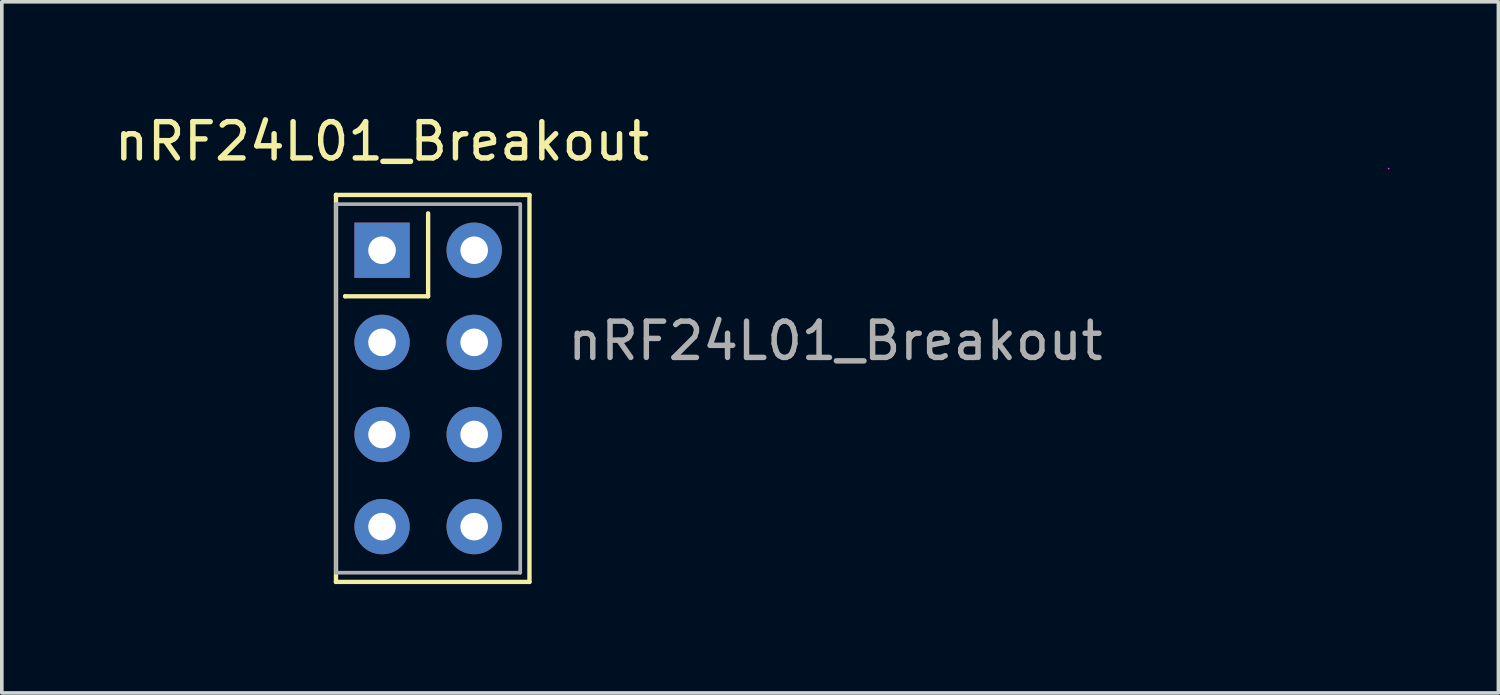
<source format=kicad_pcb>
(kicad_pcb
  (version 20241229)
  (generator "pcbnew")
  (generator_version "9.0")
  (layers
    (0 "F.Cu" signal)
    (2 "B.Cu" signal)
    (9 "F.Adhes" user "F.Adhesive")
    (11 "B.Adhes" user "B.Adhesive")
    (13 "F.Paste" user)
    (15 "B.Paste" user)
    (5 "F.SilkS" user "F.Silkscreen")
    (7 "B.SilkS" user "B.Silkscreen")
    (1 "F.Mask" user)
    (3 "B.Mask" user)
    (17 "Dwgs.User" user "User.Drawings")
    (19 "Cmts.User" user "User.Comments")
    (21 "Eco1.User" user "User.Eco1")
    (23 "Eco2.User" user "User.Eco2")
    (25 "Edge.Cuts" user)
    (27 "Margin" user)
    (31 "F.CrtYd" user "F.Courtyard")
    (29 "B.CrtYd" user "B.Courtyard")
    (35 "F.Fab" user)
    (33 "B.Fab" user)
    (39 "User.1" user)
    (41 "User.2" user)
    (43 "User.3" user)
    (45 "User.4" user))
  (footprint "nRF24L01_Breakout"
    (layer "F.Cu")
    (at 7.482 3.848)
    (property "Reference" "nRF24L01_Breakout" (at 0 -3 0) (layer "F.SilkS") (effects (font (size 1 1) (thickness 0.15))))
    (attr through_hole)
    (fp_line (start -1.27 -1.524) (end -1.27 -1.524) (stroke (width 0.12) (type solid)) (layer "F.SilkS"))
    (fp_line (start -1.27 -1.524) (end 4.064 -1.524) (stroke (width 0.12) (type solid)) (layer "F.SilkS"))
    (fp_line (start -1.27 9.144) (end -1.27 -1.524) (stroke (width 0.12) (type solid)) (layer "F.SilkS"))
    (fp_line (start -1.27 9.144) (end -1.27 9.144) (stroke (width 0.12) (type solid)) (layer "F.SilkS"))
    (fp_line (start -1.016 1.27) (end -1.016 1.27) (stroke (width 0.12) (type solid)) (layer "F.SilkS"))
    (fp_line (start 1.27 -1.016) (end 1.27 1.27) (stroke (width 0.12) (type solid)) (layer "F.SilkS"))
    (fp_line (start 1.27 1.27) (end -1.016 1.27) (stroke (width 0.12) (type solid)) (layer "F.SilkS"))
    (fp_line (start 4.064 -1.524) (end 4.064 9.144) (stroke (width 0.12) (type solid)) (layer "F.SilkS"))
    (fp_line (start 4.064 9.144) (end -1.27 9.144) (stroke (width 0.12) (type solid)) (layer "F.SilkS"))
    (fp_line (start 27.75 -2.25) (end 27.75 -2.25) (stroke (width 0.05) (type solid)) (layer "F.CrtYd"))
    (fp_line (start -1.27 -1.27) (end -1.27 -1.27) (stroke (width 0.1) (type solid)) (layer "F.Fab"))
    (fp_line (start -1.27 -1.27) (end 3.81 -1.27) (stroke (width 0.1) (type solid)) (layer "F.Fab"))
    (fp_line (start -1.27 8.89) (end -1.27 -1.27) (stroke (width 0.1) (type solid)) (layer "F.Fab"))
    (fp_line (start 3.81 -1.27) (end 3.81 8.89) (stroke (width 0.1) (type solid)) (layer "F.Fab"))
    (fp_line (start 3.81 8.89) (end -1.27 8.89) (stroke (width 0.1) (type solid)) (layer "F.Fab"))
    (fp_text user "${REFERENCE}" (at 12.5 2.5 0) (layer "F.Fab") (effects (font (size 1 1) (thickness 0.15))))
    (pad "1" thru_hole rect (at 0 0) (size 1.524 1.524) (drill 0.762) (layers "*.Cu" "*.Mask"))
    (pad "2" thru_hole circle (at 2.54 0) (size 1.524 1.524) (drill 0.762) (layers "*.Cu" "*.Mask"))
    (pad "3" thru_hole circle (at 0 2.54) (size 1.524 1.524) (drill 0.762) (layers "*.Cu" "*.Mask"))
    (pad "4" thru_hole circle (at 2.54 2.54) (size 1.524 1.524) (drill 0.762) (layers "*.Cu" "*.Mask"))
    (pad "5" thru_hole circle (at 0 5.08) (size 1.524 1.524) (drill 0.762) (layers "*.Cu" "*.Mask"))
    (pad "6" thru_hole circle (at 2.54 5.08) (size 1.524 1.524) (drill 0.762) (layers "*.Cu" "*.Mask"))
    (pad "7" thru_hole circle (at 0 7.62) (size 1.524 1.524) (drill 0.762) (layers "*.Cu" "*.Mask"))
    (pad "8" thru_hole circle (at 2.54 7.62) (size 1.524 1.524) (drill 0.762) (layers "*.Cu" "*.Mask")))
  (gr_rect
    (start -3 -3)
    (end 38.257 16.052)
    (stroke (width 0.1) (type default))
    (fill no)
    (layer "Edge.Cuts")))
</source>
